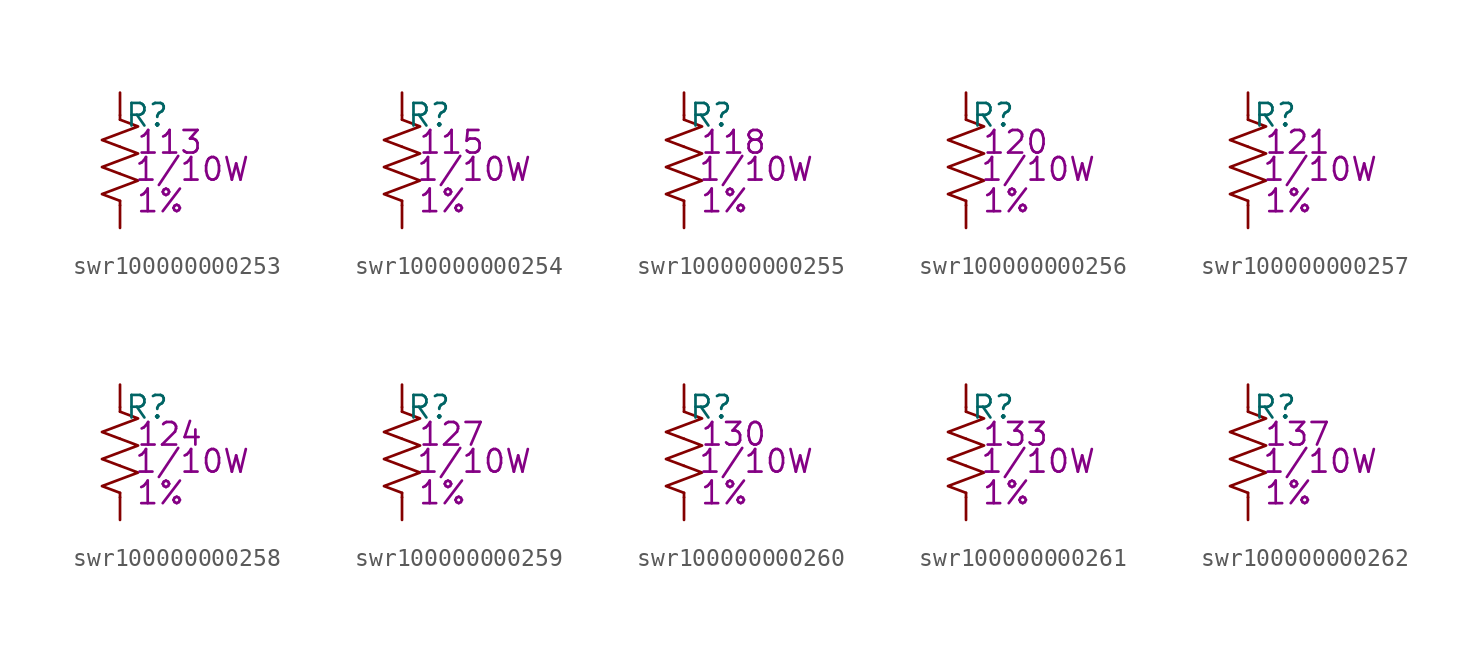
<source format=kicad_sym>
(kicad_symbol_lib
  (version 20211014)
  (generator kicad_symbol_editor)
  (symbol "swr100000000253"
    (pin_numbers hide)
    (pin_names
      (offset 1.016))
    (property "Reference" "R"
      (at 1.524 2.54 0)
      (effects (font (size 1.27 1.27))))
    (property "Tolerance" "1%"
      (at 2.286 -2.286 0)
      (effects (font (size 1.27 1.27))))
    (property "Wattage" "1/10W"
      (at 4.064 -0.508 0)
      (effects (font (size 1.27 1.27))))
    (property "PartValue" "113"
      (at 2.794 1.016 0)
      (effects (font (size 1.27 1.27))))
    (symbol "swr100000000253_1_1"
      (polyline (pts (xy 0 -2.286) (xy 0 -2.54)) (stroke (width 0) (type default) (color 0 0 0 0)) (fill (type none)))
      (polyline (pts (xy 0 2.286) (xy 0 2.54)) (stroke (width 0) (type default) (color 0 0 0 0)) (fill (type none)))
      (polyline (pts (xy 0 -0.762) (xy 1.016 -1.143) (xy 0 -1.524) (xy -1.016 -1.905) (xy 0 -2.286)) (stroke (width 0) (type default) (color 0 0 0 0)) (fill (type none)))
      (polyline (pts (xy 0 0.762) (xy 1.016 0.381) (xy 0 0) (xy -1.016 -0.381) (xy 0 -0.762)) (stroke (width 0) (type default) (color 0 0 0 0)) (fill (type none)))
      (polyline (pts (xy 0 2.286) (xy 1.016 1.905) (xy 0 1.524) (xy -1.016 1.143) (xy 0 0.762)) (stroke (width 0) (type default) (color 0 0 0 0)) (fill (type none)))
      (pin passive line (at 0 3.81 270) (length 1.27) (name "~" (effects (font (size 1.27 1.27)))) (number "1" (effects (font (size 1.27 1.27)))))
      (pin passive line (at 0 -3.81 90) (length 1.27) (name "~" (effects (font (size 1.27 1.27)))) (number "2" (effects (font (size 1.27 1.27)))))))
  (symbol "swr100000000254"
    (pin_numbers hide)
    (pin_names
      (offset 1.016))
    (property "Reference" "R"
      (at 1.524 2.54 0)
      (effects (font (size 1.27 1.27))))
    (property "Tolerance" "1%"
      (at 2.286 -2.286 0)
      (effects (font (size 1.27 1.27))))
    (property "Wattage" "1/10W"
      (at 4.064 -0.508 0)
      (effects (font (size 1.27 1.27))))
    (property "PartValue" "115"
      (at 2.794 1.016 0)
      (effects (font (size 1.27 1.27))))
    (symbol "swr100000000254_1_1"
      (polyline (pts (xy 0 -2.286) (xy 0 -2.54)) (stroke (width 0) (type default) (color 0 0 0 0)) (fill (type none)))
      (polyline (pts (xy 0 2.286) (xy 0 2.54)) (stroke (width 0) (type default) (color 0 0 0 0)) (fill (type none)))
      (polyline (pts (xy 0 -0.762) (xy 1.016 -1.143) (xy 0 -1.524) (xy -1.016 -1.905) (xy 0 -2.286)) (stroke (width 0) (type default) (color 0 0 0 0)) (fill (type none)))
      (polyline (pts (xy 0 0.762) (xy 1.016 0.381) (xy 0 0) (xy -1.016 -0.381) (xy 0 -0.762)) (stroke (width 0) (type default) (color 0 0 0 0)) (fill (type none)))
      (polyline (pts (xy 0 2.286) (xy 1.016 1.905) (xy 0 1.524) (xy -1.016 1.143) (xy 0 0.762)) (stroke (width 0) (type default) (color 0 0 0 0)) (fill (type none)))
      (pin passive line (at 0 3.81 270) (length 1.27) (name "~" (effects (font (size 1.27 1.27)))) (number "1" (effects (font (size 1.27 1.27)))))
      (pin passive line (at 0 -3.81 90) (length 1.27) (name "~" (effects (font (size 1.27 1.27)))) (number "2" (effects (font (size 1.27 1.27)))))))
  (symbol "swr100000000255"
    (pin_numbers hide)
    (pin_names
      (offset 1.016))
    (property "Reference" "R"
      (at 1.524 2.54 0)
      (effects (font (size 1.27 1.27))))
    (property "Tolerance" "1%"
      (at 2.286 -2.286 0)
      (effects (font (size 1.27 1.27))))
    (property "Wattage" "1/10W"
      (at 4.064 -0.508 0)
      (effects (font (size 1.27 1.27))))
    (property "PartValue" "118"
      (at 2.794 1.016 0)
      (effects (font (size 1.27 1.27))))
    (symbol "swr100000000255_1_1"
      (polyline (pts (xy 0 -2.286) (xy 0 -2.54)) (stroke (width 0) (type default) (color 0 0 0 0)) (fill (type none)))
      (polyline (pts (xy 0 2.286) (xy 0 2.54)) (stroke (width 0) (type default) (color 0 0 0 0)) (fill (type none)))
      (polyline (pts (xy 0 -0.762) (xy 1.016 -1.143) (xy 0 -1.524) (xy -1.016 -1.905) (xy 0 -2.286)) (stroke (width 0) (type default) (color 0 0 0 0)) (fill (type none)))
      (polyline (pts (xy 0 0.762) (xy 1.016 0.381) (xy 0 0) (xy -1.016 -0.381) (xy 0 -0.762)) (stroke (width 0) (type default) (color 0 0 0 0)) (fill (type none)))
      (polyline (pts (xy 0 2.286) (xy 1.016 1.905) (xy 0 1.524) (xy -1.016 1.143) (xy 0 0.762)) (stroke (width 0) (type default) (color 0 0 0 0)) (fill (type none)))
      (pin passive line (at 0 3.81 270) (length 1.27) (name "~" (effects (font (size 1.27 1.27)))) (number "1" (effects (font (size 1.27 1.27)))))
      (pin passive line (at 0 -3.81 90) (length 1.27) (name "~" (effects (font (size 1.27 1.27)))) (number "2" (effects (font (size 1.27 1.27)))))))
  (symbol "swr100000000256"
    (pin_numbers hide)
    (pin_names
      (offset 1.016))
    (property "Reference" "R"
      (at 1.524 2.54 0)
      (effects (font (size 1.27 1.27))))
    (property "Tolerance" "1%"
      (at 2.286 -2.286 0)
      (effects (font (size 1.27 1.27))))
    (property "Wattage" "1/10W"
      (at 4.064 -0.508 0)
      (effects (font (size 1.27 1.27))))
    (property "PartValue" "120"
      (at 2.794 1.016 0)
      (effects (font (size 1.27 1.27))))
    (symbol "swr100000000256_1_1"
      (polyline (pts (xy 0 -2.286) (xy 0 -2.54)) (stroke (width 0) (type default) (color 0 0 0 0)) (fill (type none)))
      (polyline (pts (xy 0 2.286) (xy 0 2.54)) (stroke (width 0) (type default) (color 0 0 0 0)) (fill (type none)))
      (polyline (pts (xy 0 -0.762) (xy 1.016 -1.143) (xy 0 -1.524) (xy -1.016 -1.905) (xy 0 -2.286)) (stroke (width 0) (type default) (color 0 0 0 0)) (fill (type none)))
      (polyline (pts (xy 0 0.762) (xy 1.016 0.381) (xy 0 0) (xy -1.016 -0.381) (xy 0 -0.762)) (stroke (width 0) (type default) (color 0 0 0 0)) (fill (type none)))
      (polyline (pts (xy 0 2.286) (xy 1.016 1.905) (xy 0 1.524) (xy -1.016 1.143) (xy 0 0.762)) (stroke (width 0) (type default) (color 0 0 0 0)) (fill (type none)))
      (pin passive line (at 0 3.81 270) (length 1.27) (name "~" (effects (font (size 1.27 1.27)))) (number "1" (effects (font (size 1.27 1.27)))))
      (pin passive line (at 0 -3.81 90) (length 1.27) (name "~" (effects (font (size 1.27 1.27)))) (number "2" (effects (font (size 1.27 1.27)))))))
  (symbol "swr100000000257"
    (pin_numbers hide)
    (pin_names
      (offset 1.016))
    (property "Reference" "R"
      (at 1.524 2.54 0)
      (effects (font (size 1.27 1.27))))
    (property "Tolerance" "1%"
      (at 2.286 -2.286 0)
      (effects (font (size 1.27 1.27))))
    (property "Wattage" "1/10W"
      (at 4.064 -0.508 0)
      (effects (font (size 1.27 1.27))))
    (property "PartValue" "121"
      (at 2.794 1.016 0)
      (effects (font (size 1.27 1.27))))
    (symbol "swr100000000257_1_1"
      (polyline (pts (xy 0 -2.286) (xy 0 -2.54)) (stroke (width 0) (type default) (color 0 0 0 0)) (fill (type none)))
      (polyline (pts (xy 0 2.286) (xy 0 2.54)) (stroke (width 0) (type default) (color 0 0 0 0)) (fill (type none)))
      (polyline (pts (xy 0 -0.762) (xy 1.016 -1.143) (xy 0 -1.524) (xy -1.016 -1.905) (xy 0 -2.286)) (stroke (width 0) (type default) (color 0 0 0 0)) (fill (type none)))
      (polyline (pts (xy 0 0.762) (xy 1.016 0.381) (xy 0 0) (xy -1.016 -0.381) (xy 0 -0.762)) (stroke (width 0) (type default) (color 0 0 0 0)) (fill (type none)))
      (polyline (pts (xy 0 2.286) (xy 1.016 1.905) (xy 0 1.524) (xy -1.016 1.143) (xy 0 0.762)) (stroke (width 0) (type default) (color 0 0 0 0)) (fill (type none)))
      (pin passive line (at 0 3.81 270) (length 1.27) (name "~" (effects (font (size 1.27 1.27)))) (number "1" (effects (font (size 1.27 1.27)))))
      (pin passive line (at 0 -3.81 90) (length 1.27) (name "~" (effects (font (size 1.27 1.27)))) (number "2" (effects (font (size 1.27 1.27)))))))
  (symbol "swr100000000258"
    (pin_numbers hide)
    (pin_names
      (offset 1.016))
    (property "Reference" "R"
      (at 1.524 2.54 0)
      (effects (font (size 1.27 1.27))))
    (property "Tolerance" "1%"
      (at 2.286 -2.286 0)
      (effects (font (size 1.27 1.27))))
    (property "Wattage" "1/10W"
      (at 4.064 -0.508 0)
      (effects (font (size 1.27 1.27))))
    (property "PartValue" "124"
      (at 2.794 1.016 0)
      (effects (font (size 1.27 1.27))))
    (symbol "swr100000000258_1_1"
      (polyline (pts (xy 0 -2.286) (xy 0 -2.54)) (stroke (width 0) (type default) (color 0 0 0 0)) (fill (type none)))
      (polyline (pts (xy 0 2.286) (xy 0 2.54)) (stroke (width 0) (type default) (color 0 0 0 0)) (fill (type none)))
      (polyline (pts (xy 0 -0.762) (xy 1.016 -1.143) (xy 0 -1.524) (xy -1.016 -1.905) (xy 0 -2.286)) (stroke (width 0) (type default) (color 0 0 0 0)) (fill (type none)))
      (polyline (pts (xy 0 0.762) (xy 1.016 0.381) (xy 0 0) (xy -1.016 -0.381) (xy 0 -0.762)) (stroke (width 0) (type default) (color 0 0 0 0)) (fill (type none)))
      (polyline (pts (xy 0 2.286) (xy 1.016 1.905) (xy 0 1.524) (xy -1.016 1.143) (xy 0 0.762)) (stroke (width 0) (type default) (color 0 0 0 0)) (fill (type none)))
      (pin passive line (at 0 3.81 270) (length 1.27) (name "~" (effects (font (size 1.27 1.27)))) (number "1" (effects (font (size 1.27 1.27)))))
      (pin passive line (at 0 -3.81 90) (length 1.27) (name "~" (effects (font (size 1.27 1.27)))) (number "2" (effects (font (size 1.27 1.27)))))))
  (symbol "swr100000000259"
    (pin_numbers hide)
    (pin_names
      (offset 1.016))
    (property "Reference" "R"
      (at 1.524 2.54 0)
      (effects (font (size 1.27 1.27))))
    (property "Tolerance" "1%"
      (at 2.286 -2.286 0)
      (effects (font (size 1.27 1.27))))
    (property "Wattage" "1/10W"
      (at 4.064 -0.508 0)
      (effects (font (size 1.27 1.27))))
    (property "PartValue" "127"
      (at 2.794 1.016 0)
      (effects (font (size 1.27 1.27))))
    (symbol "swr100000000259_1_1"
      (polyline (pts (xy 0 -2.286) (xy 0 -2.54)) (stroke (width 0) (type default) (color 0 0 0 0)) (fill (type none)))
      (polyline (pts (xy 0 2.286) (xy 0 2.54)) (stroke (width 0) (type default) (color 0 0 0 0)) (fill (type none)))
      (polyline (pts (xy 0 -0.762) (xy 1.016 -1.143) (xy 0 -1.524) (xy -1.016 -1.905) (xy 0 -2.286)) (stroke (width 0) (type default) (color 0 0 0 0)) (fill (type none)))
      (polyline (pts (xy 0 0.762) (xy 1.016 0.381) (xy 0 0) (xy -1.016 -0.381) (xy 0 -0.762)) (stroke (width 0) (type default) (color 0 0 0 0)) (fill (type none)))
      (polyline (pts (xy 0 2.286) (xy 1.016 1.905) (xy 0 1.524) (xy -1.016 1.143) (xy 0 0.762)) (stroke (width 0) (type default) (color 0 0 0 0)) (fill (type none)))
      (pin passive line (at 0 3.81 270) (length 1.27) (name "~" (effects (font (size 1.27 1.27)))) (number "1" (effects (font (size 1.27 1.27)))))
      (pin passive line (at 0 -3.81 90) (length 1.27) (name "~" (effects (font (size 1.27 1.27)))) (number "2" (effects (font (size 1.27 1.27)))))))
  (symbol "swr100000000260"
    (pin_numbers hide)
    (pin_names
      (offset 1.016))
    (property "Reference" "R"
      (at 1.524 2.54 0)
      (effects (font (size 1.27 1.27))))
    (property "Tolerance" "1%"
      (at 2.286 -2.286 0)
      (effects (font (size 1.27 1.27))))
    (property "Wattage" "1/10W"
      (at 4.064 -0.508 0)
      (effects (font (size 1.27 1.27))))
    (property "PartValue" "130"
      (at 2.794 1.016 0)
      (effects (font (size 1.27 1.27))))
    (symbol "swr100000000260_1_1"
      (polyline (pts (xy 0 -2.286) (xy 0 -2.54)) (stroke (width 0) (type default) (color 0 0 0 0)) (fill (type none)))
      (polyline (pts (xy 0 2.286) (xy 0 2.54)) (stroke (width 0) (type default) (color 0 0 0 0)) (fill (type none)))
      (polyline (pts (xy 0 -0.762) (xy 1.016 -1.143) (xy 0 -1.524) (xy -1.016 -1.905) (xy 0 -2.286)) (stroke (width 0) (type default) (color 0 0 0 0)) (fill (type none)))
      (polyline (pts (xy 0 0.762) (xy 1.016 0.381) (xy 0 0) (xy -1.016 -0.381) (xy 0 -0.762)) (stroke (width 0) (type default) (color 0 0 0 0)) (fill (type none)))
      (polyline (pts (xy 0 2.286) (xy 1.016 1.905) (xy 0 1.524) (xy -1.016 1.143) (xy 0 0.762)) (stroke (width 0) (type default) (color 0 0 0 0)) (fill (type none)))
      (pin passive line (at 0 3.81 270) (length 1.27) (name "~" (effects (font (size 1.27 1.27)))) (number "1" (effects (font (size 1.27 1.27)))))
      (pin passive line (at 0 -3.81 90) (length 1.27) (name "~" (effects (font (size 1.27 1.27)))) (number "2" (effects (font (size 1.27 1.27)))))))
  (symbol "swr100000000261"
    (pin_numbers hide)
    (pin_names
      (offset 1.016))
    (property "Reference" "R"
      (at 1.524 2.54 0)
      (effects (font (size 1.27 1.27))))
    (property "Tolerance" "1%"
      (at 2.286 -2.286 0)
      (effects (font (size 1.27 1.27))))
    (property "Wattage" "1/10W"
      (at 4.064 -0.508 0)
      (effects (font (size 1.27 1.27))))
    (property "PartValue" "133"
      (at 2.794 1.016 0)
      (effects (font (size 1.27 1.27))))
    (symbol "swr100000000261_1_1"
      (polyline (pts (xy 0 -2.286) (xy 0 -2.54)) (stroke (width 0) (type default) (color 0 0 0 0)) (fill (type none)))
      (polyline (pts (xy 0 2.286) (xy 0 2.54)) (stroke (width 0) (type default) (color 0 0 0 0)) (fill (type none)))
      (polyline (pts (xy 0 -0.762) (xy 1.016 -1.143) (xy 0 -1.524) (xy -1.016 -1.905) (xy 0 -2.286)) (stroke (width 0) (type default) (color 0 0 0 0)) (fill (type none)))
      (polyline (pts (xy 0 0.762) (xy 1.016 0.381) (xy 0 0) (xy -1.016 -0.381) (xy 0 -0.762)) (stroke (width 0) (type default) (color 0 0 0 0)) (fill (type none)))
      (polyline (pts (xy 0 2.286) (xy 1.016 1.905) (xy 0 1.524) (xy -1.016 1.143) (xy 0 0.762)) (stroke (width 0) (type default) (color 0 0 0 0)) (fill (type none)))
      (pin passive line (at 0 3.81 270) (length 1.27) (name "~" (effects (font (size 1.27 1.27)))) (number "1" (effects (font (size 1.27 1.27)))))
      (pin passive line (at 0 -3.81 90) (length 1.27) (name "~" (effects (font (size 1.27 1.27)))) (number "2" (effects (font (size 1.27 1.27)))))))
  (symbol "swr100000000262"
    (pin_numbers hide)
    (pin_names
      (offset 1.016))
    (property "Reference" "R"
      (at 1.524 2.54 0)
      (effects (font (size 1.27 1.27))))
    (property "Tolerance" "1%"
      (at 2.286 -2.286 0)
      (effects (font (size 1.27 1.27))))
    (property "Wattage" "1/10W"
      (at 4.064 -0.508 0)
      (effects (font (size 1.27 1.27))))
    (property "PartValue" "137"
      (at 2.794 1.016 0)
      (effects (font (size 1.27 1.27))))
    (symbol "swr100000000262_1_1"
      (polyline (pts (xy 0 -2.286) (xy 0 -2.54)) (stroke (width 0) (type default) (color 0 0 0 0)) (fill (type none)))
      (polyline (pts (xy 0 2.286) (xy 0 2.54)) (stroke (width 0) (type default) (color 0 0 0 0)) (fill (type none)))
      (polyline (pts (xy 0 -0.762) (xy 1.016 -1.143) (xy 0 -1.524) (xy -1.016 -1.905) (xy 0 -2.286)) (stroke (width 0) (type default) (color 0 0 0 0)) (fill (type none)))
      (polyline (pts (xy 0 0.762) (xy 1.016 0.381) (xy 0 0) (xy -1.016 -0.381) (xy 0 -0.762)) (stroke (width 0) (type default) (color 0 0 0 0)) (fill (type none)))
      (polyline (pts (xy 0 2.286) (xy 1.016 1.905) (xy 0 1.524) (xy -1.016 1.143) (xy 0 0.762)) (stroke (width 0) (type default) (color 0 0 0 0)) (fill (type none)))
      (pin passive line (at 0 3.81 270) (length 1.27) (name "~" (effects (font (size 1.27 1.27)))) (number "1" (effects (font (size 1.27 1.27)))))
      (pin passive line (at 0 -3.81 90) (length 1.27) (name "~" (effects (font (size 1.27 1.27)))) (number "2" (effects (font (size 1.27 1.27))))))))
</source>
